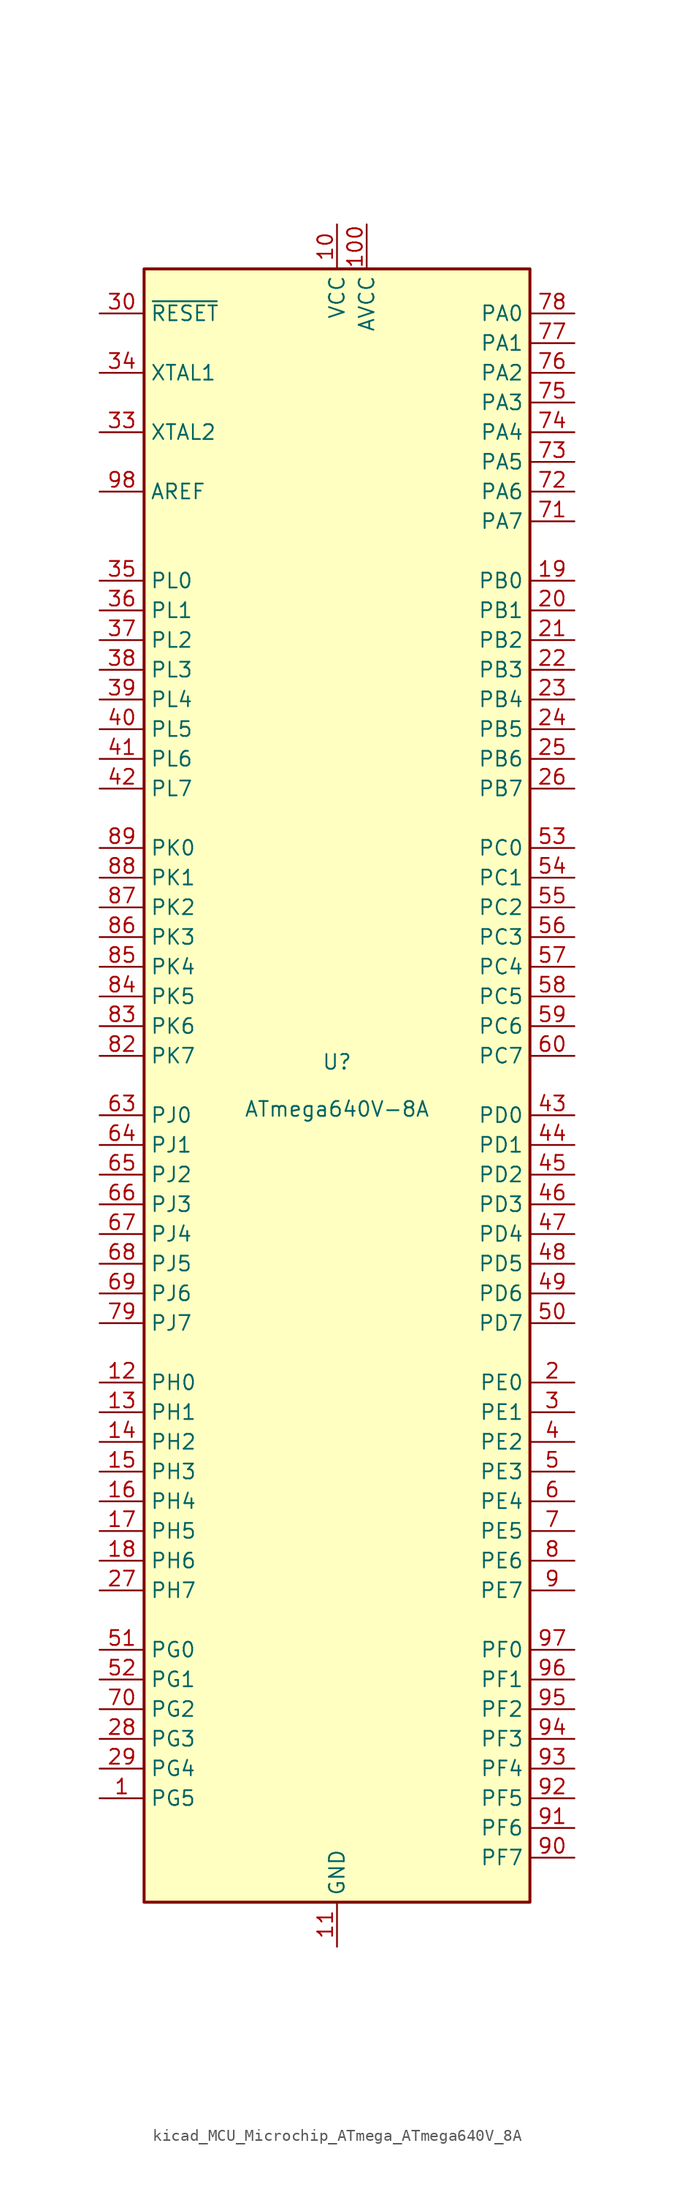
<source format=kicad_sym>
(kicad_symbol_lib
  (version 20220914)
  (generator kicad_symbol_editor)
  (symbol "kicad_MCU_Microchip_ATmega_ATmega640V_8A"
    (property "Reference" "U"
      (at 0 1.27 0)
      (effects (font (size 1.27 1.27)) (justify bottom)))
    (property "Value" "ATmega640V-8A"
      (at 0 -1.27 0)
      (effects (font (size 1.27 1.27)) (justify top)))
    (symbol "kicad_MCU_Microchip_ATmega_ATmega640V_8A_0_1"
      (rectangle (start -16.51 -69.85) (end 16.51 69.85) (stroke (width 0.254) (type default)) (fill (type background))))
    (symbol "kicad_MCU_Microchip_ATmega_ATmega640V_8A_1_1"
      (pin bidirectional line (at -20.32 -60.96 0) (length 3.81) (name "PG5" (effects (font (size 1.27 1.27)))) (number "1" (effects (font (size 1.27 1.27)))))
      (pin power_in line (at 0 73.66 270) (length 3.81) (name "VCC" (effects (font (size 1.27 1.27)))) (number "10" (effects (font (size 1.27 1.27)))))
      (pin power_in line (at 2.54 73.66 270) (length 3.81) (name "AVCC" (effects (font (size 1.27 1.27)))) (number "100" (effects (font (size 1.27 1.27)))))
      (pin power_in line (at 0 -73.66 90) (length 3.81) (name "GND" (effects (font (size 1.27 1.27)))) (number "11" (effects (font (size 1.27 1.27)))))
      (pin bidirectional line (at -20.32 -25.4 0) (length 3.81) (name "PH0" (effects (font (size 1.27 1.27)))) (number "12" (effects (font (size 1.27 1.27)))))
      (pin bidirectional line (at -20.32 -27.94 0) (length 3.81) (name "PH1" (effects (font (size 1.27 1.27)))) (number "13" (effects (font (size 1.27 1.27)))))
      (pin bidirectional line (at -20.32 -30.48 0) (length 3.81) (name "PH2" (effects (font (size 1.27 1.27)))) (number "14" (effects (font (size 1.27 1.27)))))
      (pin bidirectional line (at -20.32 -33.02 0) (length 3.81) (name "PH3" (effects (font (size 1.27 1.27)))) (number "15" (effects (font (size 1.27 1.27)))))
      (pin bidirectional line (at -20.32 -35.56 0) (length 3.81) (name "PH4" (effects (font (size 1.27 1.27)))) (number "16" (effects (font (size 1.27 1.27)))))
      (pin bidirectional line (at -20.32 -38.1 0) (length 3.81) (name "PH5" (effects (font (size 1.27 1.27)))) (number "17" (effects (font (size 1.27 1.27)))))
      (pin bidirectional line (at -20.32 -40.64 0) (length 3.81) (name "PH6" (effects (font (size 1.27 1.27)))) (number "18" (effects (font (size 1.27 1.27)))))
      (pin bidirectional line (at 20.32 43.18 180) (length 3.81) (name "PB0" (effects (font (size 1.27 1.27)))) (number "19" (effects (font (size 1.27 1.27)))))
      (pin bidirectional line (at 20.32 -25.4 180) (length 3.81) (name "PE0" (effects (font (size 1.27 1.27)))) (number "2" (effects (font (size 1.27 1.27)))))
      (pin bidirectional line (at 20.32 40.64 180) (length 3.81) (name "PB1" (effects (font (size 1.27 1.27)))) (number "20" (effects (font (size 1.27 1.27)))))
      (pin bidirectional line (at 20.32 38.1 180) (length 3.81) (name "PB2" (effects (font (size 1.27 1.27)))) (number "21" (effects (font (size 1.27 1.27)))))
      (pin bidirectional line (at 20.32 35.56 180) (length 3.81) (name "PB3" (effects (font (size 1.27 1.27)))) (number "22" (effects (font (size 1.27 1.27)))))
      (pin bidirectional line (at 20.32 33.02 180) (length 3.81) (name "PB4" (effects (font (size 1.27 1.27)))) (number "23" (effects (font (size 1.27 1.27)))))
      (pin bidirectional line (at 20.32 30.48 180) (length 3.81) (name "PB5" (effects (font (size 1.27 1.27)))) (number "24" (effects (font (size 1.27 1.27)))))
      (pin bidirectional line (at 20.32 27.94 180) (length 3.81) (name "PB6" (effects (font (size 1.27 1.27)))) (number "25" (effects (font (size 1.27 1.27)))))
      (pin bidirectional line (at 20.32 25.4 180) (length 3.81) (name "PB7" (effects (font (size 1.27 1.27)))) (number "26" (effects (font (size 1.27 1.27)))))
      (pin bidirectional line (at -20.32 -43.18 0) (length 3.81) (name "PH7" (effects (font (size 1.27 1.27)))) (number "27" (effects (font (size 1.27 1.27)))))
      (pin bidirectional line (at -20.32 -55.88 0) (length 3.81) (name "PG3" (effects (font (size 1.27 1.27)))) (number "28" (effects (font (size 1.27 1.27)))))
      (pin bidirectional line (at -20.32 -58.42 0) (length 3.81) (name "PG4" (effects (font (size 1.27 1.27)))) (number "29" (effects (font (size 1.27 1.27)))))
      (pin bidirectional line (at 20.32 -27.94 180) (length 3.81) (name "PE1" (effects (font (size 1.27 1.27)))) (number "3" (effects (font (size 1.27 1.27)))))
      (pin input line (at -20.32 66.04 0) (length 3.81) (name "~{RESET}" (effects (font (size 1.27 1.27)))) (number "30" (effects (font (size 1.27 1.27)))))
      (pin passive line (at 0 73.66 270) (length 3.81) hide (name "VCC" (effects (font (size 1.27 1.27)))) (number "31" (effects (font (size 1.27 1.27)))))
      (pin passive line (at 0 -73.66 90) (length 3.81) hide (name "GND" (effects (font (size 1.27 1.27)))) (number "32" (effects (font (size 1.27 1.27)))))
      (pin output line (at -20.32 55.88 0) (length 3.81) (name "XTAL2" (effects (font (size 1.27 1.27)))) (number "33" (effects (font (size 1.27 1.27)))))
      (pin input line (at -20.32 60.96 0) (length 3.81) (name "XTAL1" (effects (font (size 1.27 1.27)))) (number "34" (effects (font (size 1.27 1.27)))))
      (pin bidirectional line (at -20.32 43.18 0) (length 3.81) (name "PL0" (effects (font (size 1.27 1.27)))) (number "35" (effects (font (size 1.27 1.27)))))
      (pin bidirectional line (at -20.32 40.64 0) (length 3.81) (name "PL1" (effects (font (size 1.27 1.27)))) (number "36" (effects (font (size 1.27 1.27)))))
      (pin bidirectional line (at -20.32 38.1 0) (length 3.81) (name "PL2" (effects (font (size 1.27 1.27)))) (number "37" (effects (font (size 1.27 1.27)))))
      (pin bidirectional line (at -20.32 35.56 0) (length 3.81) (name "PL3" (effects (font (size 1.27 1.27)))) (number "38" (effects (font (size 1.27 1.27)))))
      (pin bidirectional line (at -20.32 33.02 0) (length 3.81) (name "PL4" (effects (font (size 1.27 1.27)))) (number "39" (effects (font (size 1.27 1.27)))))
      (pin bidirectional line (at 20.32 -30.48 180) (length 3.81) (name "PE2" (effects (font (size 1.27 1.27)))) (number "4" (effects (font (size 1.27 1.27)))))
      (pin bidirectional line (at -20.32 30.48 0) (length 3.81) (name "PL5" (effects (font (size 1.27 1.27)))) (number "40" (effects (font (size 1.27 1.27)))))
      (pin bidirectional line (at -20.32 27.94 0) (length 3.81) (name "PL6" (effects (font (size 1.27 1.27)))) (number "41" (effects (font (size 1.27 1.27)))))
      (pin bidirectional line (at -20.32 25.4 0) (length 3.81) (name "PL7" (effects (font (size 1.27 1.27)))) (number "42" (effects (font (size 1.27 1.27)))))
      (pin bidirectional line (at 20.32 -2.54 180) (length 3.81) (name "PD0" (effects (font (size 1.27 1.27)))) (number "43" (effects (font (size 1.27 1.27)))))
      (pin bidirectional line (at 20.32 -5.08 180) (length 3.81) (name "PD1" (effects (font (size 1.27 1.27)))) (number "44" (effects (font (size 1.27 1.27)))))
      (pin bidirectional line (at 20.32 -7.62 180) (length 3.81) (name "PD2" (effects (font (size 1.27 1.27)))) (number "45" (effects (font (size 1.27 1.27)))))
      (pin bidirectional line (at 20.32 -10.16 180) (length 3.81) (name "PD3" (effects (font (size 1.27 1.27)))) (number "46" (effects (font (size 1.27 1.27)))))
      (pin bidirectional line (at 20.32 -12.7 180) (length 3.81) (name "PD4" (effects (font (size 1.27 1.27)))) (number "47" (effects (font (size 1.27 1.27)))))
      (pin bidirectional line (at 20.32 -15.24 180) (length 3.81) (name "PD5" (effects (font (size 1.27 1.27)))) (number "48" (effects (font (size 1.27 1.27)))))
      (pin bidirectional line (at 20.32 -17.78 180) (length 3.81) (name "PD6" (effects (font (size 1.27 1.27)))) (number "49" (effects (font (size 1.27 1.27)))))
      (pin bidirectional line (at 20.32 -33.02 180) (length 3.81) (name "PE3" (effects (font (size 1.27 1.27)))) (number "5" (effects (font (size 1.27 1.27)))))
      (pin bidirectional line (at 20.32 -20.32 180) (length 3.81) (name "PD7" (effects (font (size 1.27 1.27)))) (number "50" (effects (font (size 1.27 1.27)))))
      (pin bidirectional line (at -20.32 -48.26 0) (length 3.81) (name "PG0" (effects (font (size 1.27 1.27)))) (number "51" (effects (font (size 1.27 1.27)))))
      (pin bidirectional line (at -20.32 -50.8 0) (length 3.81) (name "PG1" (effects (font (size 1.27 1.27)))) (number "52" (effects (font (size 1.27 1.27)))))
      (pin bidirectional line (at 20.32 20.32 180) (length 3.81) (name "PC0" (effects (font (size 1.27 1.27)))) (number "53" (effects (font (size 1.27 1.27)))))
      (pin bidirectional line (at 20.32 17.78 180) (length 3.81) (name "PC1" (effects (font (size 1.27 1.27)))) (number "54" (effects (font (size 1.27 1.27)))))
      (pin bidirectional line (at 20.32 15.24 180) (length 3.81) (name "PC2" (effects (font (size 1.27 1.27)))) (number "55" (effects (font (size 1.27 1.27)))))
      (pin bidirectional line (at 20.32 12.7 180) (length 3.81) (name "PC3" (effects (font (size 1.27 1.27)))) (number "56" (effects (font (size 1.27 1.27)))))
      (pin bidirectional line (at 20.32 10.16 180) (length 3.81) (name "PC4" (effects (font (size 1.27 1.27)))) (number "57" (effects (font (size 1.27 1.27)))))
      (pin bidirectional line (at 20.32 7.62 180) (length 3.81) (name "PC5" (effects (font (size 1.27 1.27)))) (number "58" (effects (font (size 1.27 1.27)))))
      (pin bidirectional line (at 20.32 5.08 180) (length 3.81) (name "PC6" (effects (font (size 1.27 1.27)))) (number "59" (effects (font (size 1.27 1.27)))))
      (pin bidirectional line (at 20.32 -35.56 180) (length 3.81) (name "PE4" (effects (font (size 1.27 1.27)))) (number "6" (effects (font (size 1.27 1.27)))))
      (pin bidirectional line (at 20.32 2.54 180) (length 3.81) (name "PC7" (effects (font (size 1.27 1.27)))) (number "60" (effects (font (size 1.27 1.27)))))
      (pin passive line (at 0 73.66 270) (length 3.81) hide (name "VCC" (effects (font (size 1.27 1.27)))) (number "61" (effects (font (size 1.27 1.27)))))
      (pin passive line (at 0 -73.66 90) (length 3.81) hide (name "GND" (effects (font (size 1.27 1.27)))) (number "62" (effects (font (size 1.27 1.27)))))
      (pin bidirectional line (at -20.32 -2.54 0) (length 3.81) (name "PJ0" (effects (font (size 1.27 1.27)))) (number "63" (effects (font (size 1.27 1.27)))))
      (pin bidirectional line (at -20.32 -5.08 0) (length 3.81) (name "PJ1" (effects (font (size 1.27 1.27)))) (number "64" (effects (font (size 1.27 1.27)))))
      (pin bidirectional line (at -20.32 -7.62 0) (length 3.81) (name "PJ2" (effects (font (size 1.27 1.27)))) (number "65" (effects (font (size 1.27 1.27)))))
      (pin bidirectional line (at -20.32 -10.16 0) (length 3.81) (name "PJ3" (effects (font (size 1.27 1.27)))) (number "66" (effects (font (size 1.27 1.27)))))
      (pin bidirectional line (at -20.32 -12.7 0) (length 3.81) (name "PJ4" (effects (font (size 1.27 1.27)))) (number "67" (effects (font (size 1.27 1.27)))))
      (pin bidirectional line (at -20.32 -15.24 0) (length 3.81) (name "PJ5" (effects (font (size 1.27 1.27)))) (number "68" (effects (font (size 1.27 1.27)))))
      (pin bidirectional line (at -20.32 -17.78 0) (length 3.81) (name "PJ6" (effects (font (size 1.27 1.27)))) (number "69" (effects (font (size 1.27 1.27)))))
      (pin bidirectional line (at 20.32 -38.1 180) (length 3.81) (name "PE5" (effects (font (size 1.27 1.27)))) (number "7" (effects (font (size 1.27 1.27)))))
      (pin bidirectional line (at -20.32 -53.34 0) (length 3.81) (name "PG2" (effects (font (size 1.27 1.27)))) (number "70" (effects (font (size 1.27 1.27)))))
      (pin bidirectional line (at 20.32 48.26 180) (length 3.81) (name "PA7" (effects (font (size 1.27 1.27)))) (number "71" (effects (font (size 1.27 1.27)))))
      (pin bidirectional line (at 20.32 50.8 180) (length 3.81) (name "PA6" (effects (font (size 1.27 1.27)))) (number "72" (effects (font (size 1.27 1.27)))))
      (pin bidirectional line (at 20.32 53.34 180) (length 3.81) (name "PA5" (effects (font (size 1.27 1.27)))) (number "73" (effects (font (size 1.27 1.27)))))
      (pin bidirectional line (at 20.32 55.88 180) (length 3.81) (name "PA4" (effects (font (size 1.27 1.27)))) (number "74" (effects (font (size 1.27 1.27)))))
      (pin bidirectional line (at 20.32 58.42 180) (length 3.81) (name "PA3" (effects (font (size 1.27 1.27)))) (number "75" (effects (font (size 1.27 1.27)))))
      (pin bidirectional line (at 20.32 60.96 180) (length 3.81) (name "PA2" (effects (font (size 1.27 1.27)))) (number "76" (effects (font (size 1.27 1.27)))))
      (pin bidirectional line (at 20.32 63.5 180) (length 3.81) (name "PA1" (effects (font (size 1.27 1.27)))) (number "77" (effects (font (size 1.27 1.27)))))
      (pin bidirectional line (at 20.32 66.04 180) (length 3.81) (name "PA0" (effects (font (size 1.27 1.27)))) (number "78" (effects (font (size 1.27 1.27)))))
      (pin bidirectional line (at -20.32 -20.32 0) (length 3.81) (name "PJ7" (effects (font (size 1.27 1.27)))) (number "79" (effects (font (size 1.27 1.27)))))
      (pin bidirectional line (at 20.32 -40.64 180) (length 3.81) (name "PE6" (effects (font (size 1.27 1.27)))) (number "8" (effects (font (size 1.27 1.27)))))
      (pin passive line (at 0 73.66 270) (length 3.81) hide (name "VCC" (effects (font (size 1.27 1.27)))) (number "80" (effects (font (size 1.27 1.27)))))
      (pin passive line (at 0 -73.66 90) (length 3.81) hide (name "GND" (effects (font (size 1.27 1.27)))) (number "81" (effects (font (size 1.27 1.27)))))
      (pin bidirectional line (at -20.32 2.54 0) (length 3.81) (name "PK7" (effects (font (size 1.27 1.27)))) (number "82" (effects (font (size 1.27 1.27)))))
      (pin bidirectional line (at -20.32 5.08 0) (length 3.81) (name "PK6" (effects (font (size 1.27 1.27)))) (number "83" (effects (font (size 1.27 1.27)))))
      (pin bidirectional line (at -20.32 7.62 0) (length 3.81) (name "PK5" (effects (font (size 1.27 1.27)))) (number "84" (effects (font (size 1.27 1.27)))))
      (pin bidirectional line (at -20.32 10.16 0) (length 3.81) (name "PK4" (effects (font (size 1.27 1.27)))) (number "85" (effects (font (size 1.27 1.27)))))
      (pin bidirectional line (at -20.32 12.7 0) (length 3.81) (name "PK3" (effects (font (size 1.27 1.27)))) (number "86" (effects (font (size 1.27 1.27)))))
      (pin bidirectional line (at -20.32 15.24 0) (length 3.81) (name "PK2" (effects (font (size 1.27 1.27)))) (number "87" (effects (font (size 1.27 1.27)))))
      (pin bidirectional line (at -20.32 17.78 0) (length 3.81) (name "PK1" (effects (font (size 1.27 1.27)))) (number "88" (effects (font (size 1.27 1.27)))))
      (pin bidirectional line (at -20.32 20.32 0) (length 3.81) (name "PK0" (effects (font (size 1.27 1.27)))) (number "89" (effects (font (size 1.27 1.27)))))
      (pin bidirectional line (at 20.32 -43.18 180) (length 3.81) (name "PE7" (effects (font (size 1.27 1.27)))) (number "9" (effects (font (size 1.27 1.27)))))
      (pin bidirectional line (at 20.32 -66.04 180) (length 3.81) (name "PF7" (effects (font (size 1.27 1.27)))) (number "90" (effects (font (size 1.27 1.27)))))
      (pin bidirectional line (at 20.32 -63.5 180) (length 3.81) (name "PF6" (effects (font (size 1.27 1.27)))) (number "91" (effects (font (size 1.27 1.27)))))
      (pin bidirectional line (at 20.32 -60.96 180) (length 3.81) (name "PF5" (effects (font (size 1.27 1.27)))) (number "92" (effects (font (size 1.27 1.27)))))
      (pin bidirectional line (at 20.32 -58.42 180) (length 3.81) (name "PF4" (effects (font (size 1.27 1.27)))) (number "93" (effects (font (size 1.27 1.27)))))
      (pin bidirectional line (at 20.32 -55.88 180) (length 3.81) (name "PF3" (effects (font (size 1.27 1.27)))) (number "94" (effects (font (size 1.27 1.27)))))
      (pin bidirectional line (at 20.32 -53.34 180) (length 3.81) (name "PF2" (effects (font (size 1.27 1.27)))) (number "95" (effects (font (size 1.27 1.27)))))
      (pin bidirectional line (at 20.32 -50.8 180) (length 3.81) (name "PF1" (effects (font (size 1.27 1.27)))) (number "96" (effects (font (size 1.27 1.27)))))
      (pin bidirectional line (at 20.32 -48.26 180) (length 3.81) (name "PF0" (effects (font (size 1.27 1.27)))) (number "97" (effects (font (size 1.27 1.27)))))
      (pin passive line (at -20.32 50.8 0) (length 3.81) (name "AREF" (effects (font (size 1.27 1.27)))) (number "98" (effects (font (size 1.27 1.27)))))
      (pin passive line (at 0 -73.66 90) (length 3.81) hide (name "GND" (effects (font (size 1.27 1.27)))) (number "99" (effects (font (size 1.27 1.27))))))))
</source>
